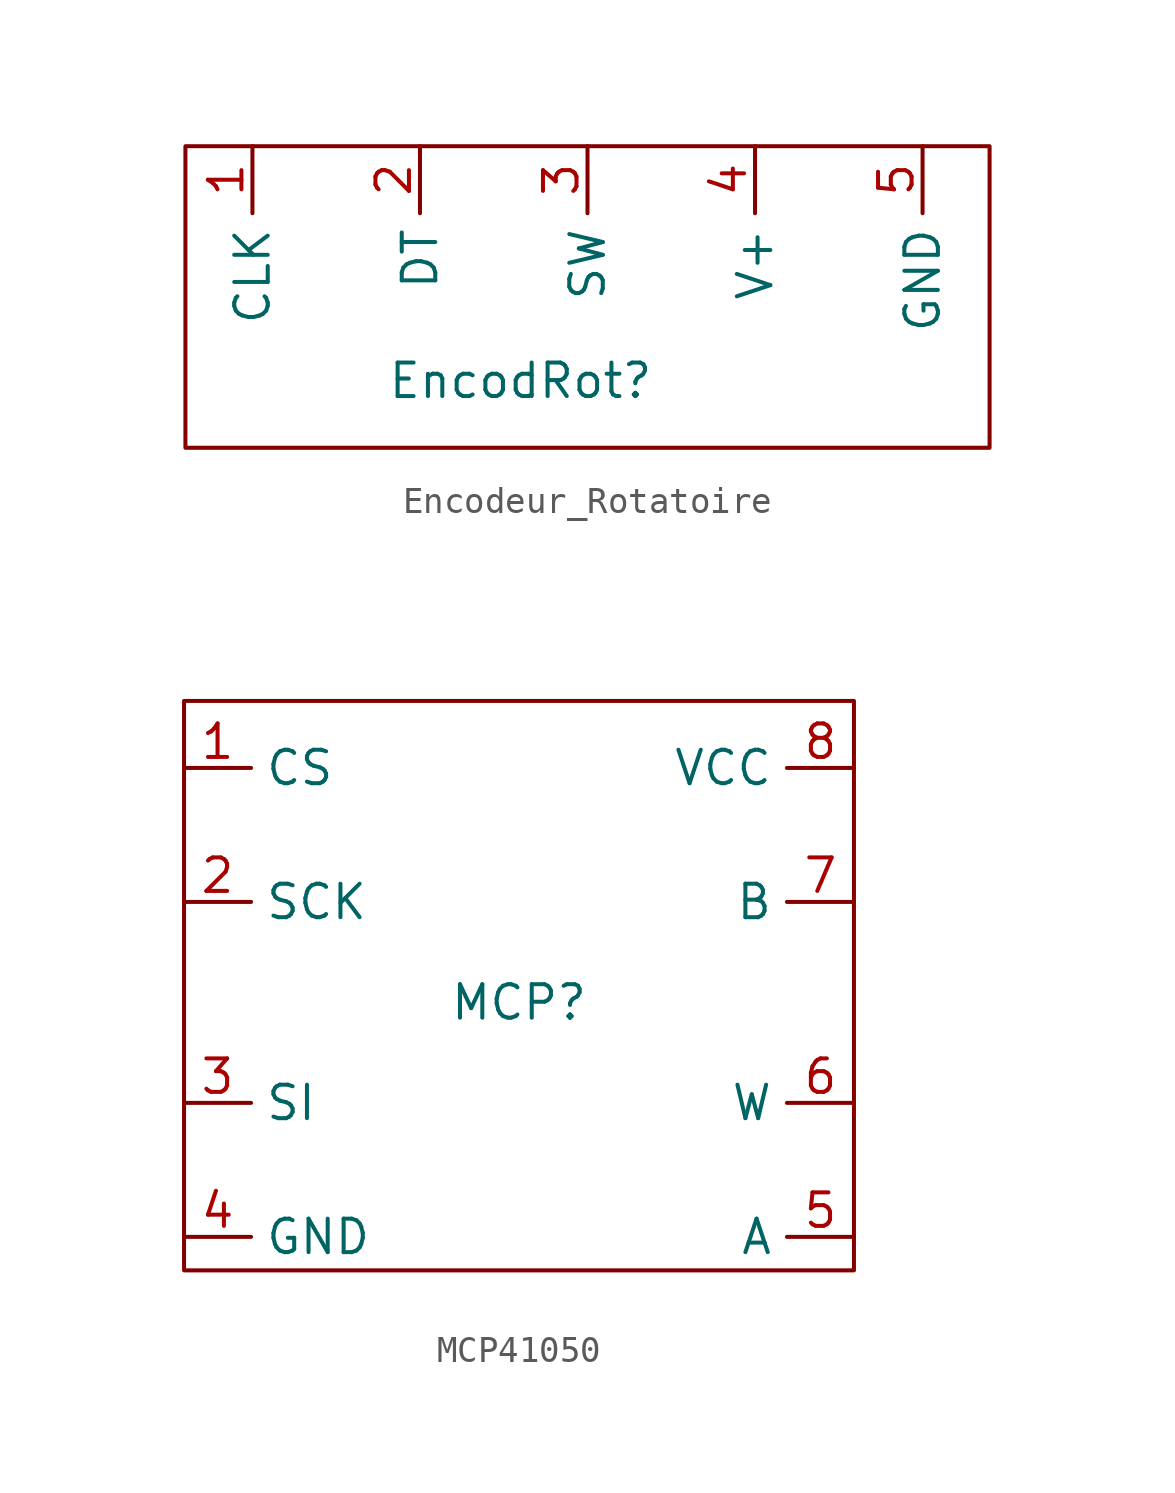
<source format=kicad_sym>
(kicad_symbol_lib
  (version 20220914)
  (generator kicad_symbol_editor)
  (symbol "Encodeur_Rotatoire"
    (property "Reference" "EncodRot"
      (at 0 0 0)
      (effects (font (size 1.27 1.27))))
    (property "Value" ""
      (at 0 0 0)
      (effects (font (size 1.27 1.27))))
    (symbol "Encodeur_Rotatoire_0_1"
      (rectangle (start -12.7 8.89) (end 17.78 -2.54) (stroke (width 0) (type default)) (fill (type none))))
    (symbol "Encodeur_Rotatoire_1_1"
      (pin passive line (at -10.16 8.89 270) (length 2.54) (name "CLK" (effects (font (size 1.27 1.27)))) (number "1" (effects (font (size 1.27 1.27)))))
      (pin passive line (at -3.81 8.89 270) (length 2.54) (name "DT" (effects (font (size 1.27 1.27)))) (number "2" (effects (font (size 1.27 1.27)))))
      (pin passive line (at 2.54 8.89 270) (length 2.54) (name "SW" (effects (font (size 1.27 1.27)))) (number "3" (effects (font (size 1.27 1.27)))))
      (pin passive line (at 8.89 8.89 270) (length 2.54) (name "V+" (effects (font (size 1.27 1.27)))) (number "4" (effects (font (size 1.27 1.27)))))
      (pin passive line (at 15.24 8.89 270) (length 2.54) (name "GND" (effects (font (size 1.27 1.27)))) (number "5" (effects (font (size 1.27 1.27)))))))
  (symbol "MCP41050"
    (property "Reference" "MCP"
      (at 0 0 0)
      (effects (font (size 1.27 1.27))))
    (property "Value" ""
      (at 0 0 0)
      (effects (font (size 1.27 1.27))))
    (symbol "MCP41050_0_1"
      (rectangle (start -12.7 11.43) (end 12.7 -10.16) (stroke (width 0) (type default)) (fill (type none))))
    (symbol "MCP41050_1_1"
      (pin passive line (at -12.7 8.89 0) (length 2.54) (name "CS" (effects (font (size 1.27 1.27)))) (number "1" (effects (font (size 1.27 1.27)))))
      (pin passive line (at -12.7 3.81 0) (length 2.54) (name "SCK" (effects (font (size 1.27 1.27)))) (number "2" (effects (font (size 1.27 1.27)))))
      (pin passive line (at -12.7 -3.81 0) (length 2.54) (name "SI" (effects (font (size 1.27 1.27)))) (number "3" (effects (font (size 1.27 1.27)))))
      (pin passive line (at -12.7 -8.89 0) (length 2.54) (name "GND" (effects (font (size 1.27 1.27)))) (number "4" (effects (font (size 1.27 1.27)))))
      (pin passive line (at 12.7 -8.89 180) (length 2.54) (name "A" (effects (font (size 1.27 1.27)))) (number "5" (effects (font (size 1.27 1.27)))))
      (pin passive line (at 12.7 -3.81 180) (length 2.54) (name "W" (effects (font (size 1.27 1.27)))) (number "6" (effects (font (size 1.27 1.27)))))
      (pin passive line (at 12.7 3.81 180) (length 2.54) (name "B" (effects (font (size 1.27 1.27)))) (number "7" (effects (font (size 1.27 1.27)))))
      (pin passive line (at 12.7 8.89 180) (length 2.54) (name "VCC" (effects (font (size 1.27 1.27)))) (number "8" (effects (font (size 1.27 1.27))))))))
</source>
